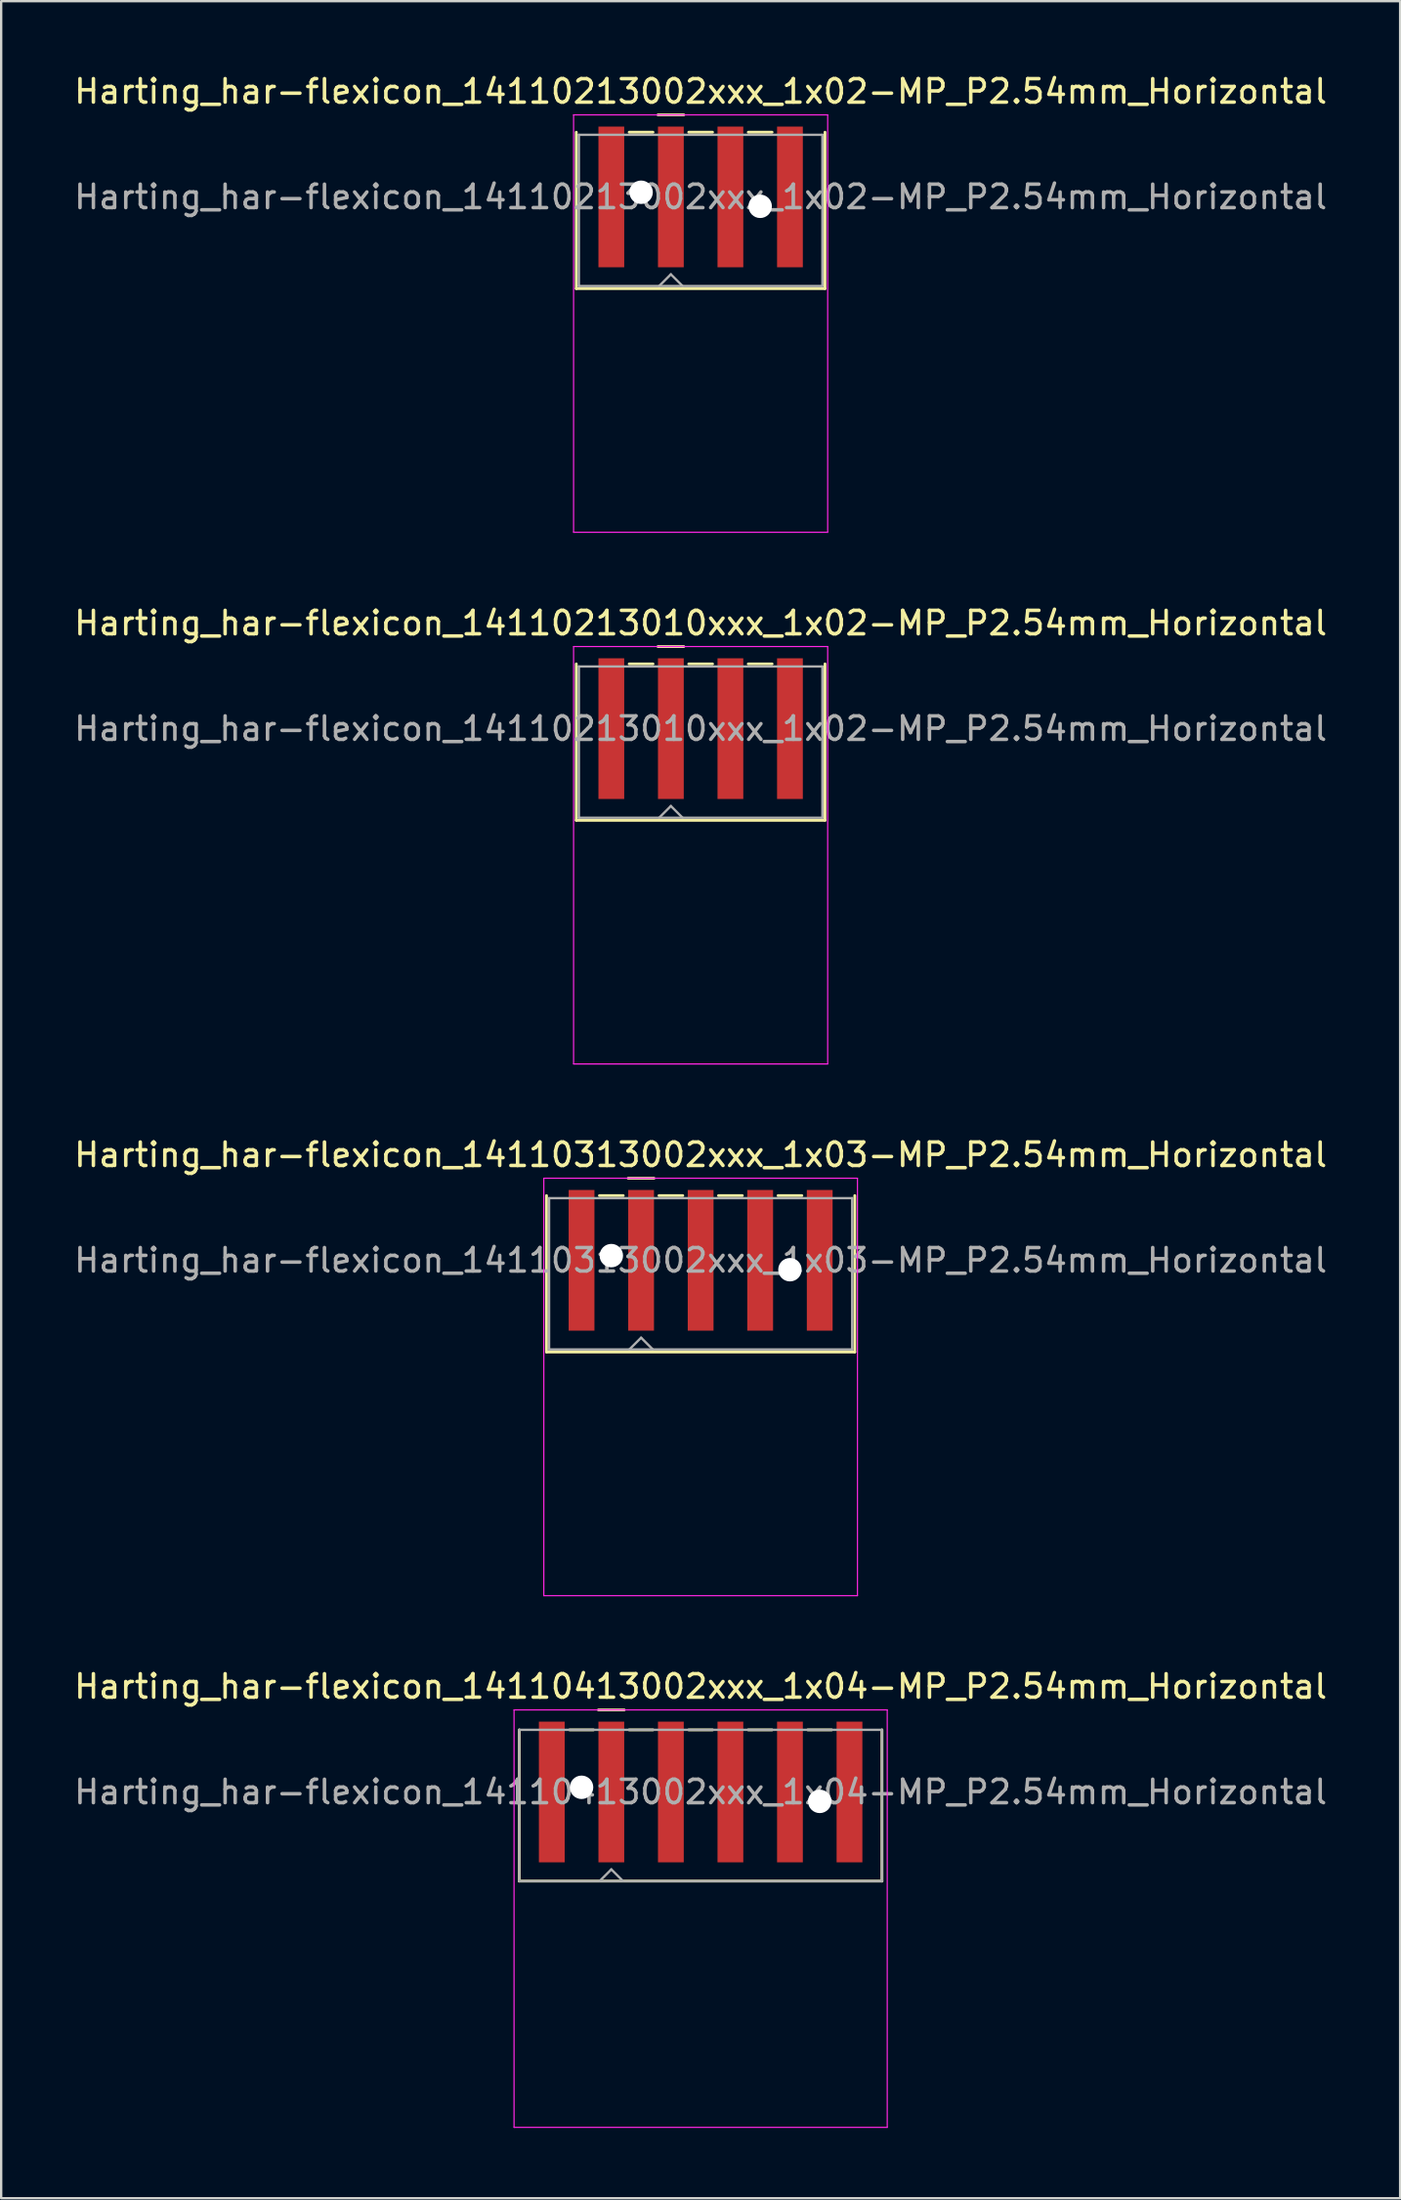
<source format=kicad_pcb>
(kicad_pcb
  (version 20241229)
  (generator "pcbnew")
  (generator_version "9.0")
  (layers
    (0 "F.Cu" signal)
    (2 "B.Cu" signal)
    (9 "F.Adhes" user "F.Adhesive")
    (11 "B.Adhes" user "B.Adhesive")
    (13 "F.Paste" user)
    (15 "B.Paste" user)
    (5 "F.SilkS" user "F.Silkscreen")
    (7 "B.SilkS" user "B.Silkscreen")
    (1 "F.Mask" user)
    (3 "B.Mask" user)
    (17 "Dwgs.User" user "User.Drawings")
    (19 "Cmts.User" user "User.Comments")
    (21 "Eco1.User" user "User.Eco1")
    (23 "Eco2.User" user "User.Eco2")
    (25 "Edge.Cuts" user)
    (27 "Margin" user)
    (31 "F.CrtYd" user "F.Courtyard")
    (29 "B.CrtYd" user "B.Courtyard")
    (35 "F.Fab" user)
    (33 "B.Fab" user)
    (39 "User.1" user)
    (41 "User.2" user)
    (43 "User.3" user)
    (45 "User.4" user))
  (footprint "Harting_har-flexicon_14110313002xxx_1x03-MP_P2.54mm_Horizontal"
    (layer "F.Cu")
    (at 26.839 51.995)
    (property "Reference" "Harting_har-flexicon_14110313002xxx_1x03-MP_P2.54mm_Horizontal" (at 0 -5.8 0) (layer "F.SilkS") (effects (font (size 1 1) (thickness 0.15))))
    (attr smd)
    (fp_line (start -6.575 -4.06) (end -6.575 2.61) (stroke (width 0.12) (type solid)) (layer "F.SilkS"))
    (fp_line (start -4.318 -4.06) (end -3.302 -4.06) (stroke (width 0.12) (type solid)) (layer "F.SilkS"))
    (fp_line (start -3.09 -4.8) (end -1.99 -4.8) (stroke (width 0.12) (type solid)) (layer "F.SilkS"))
    (fp_line (start -1.778 -4.06) (end -0.762 -4.06) (stroke (width 0.12) (type solid)) (layer "F.SilkS"))
    (fp_line (start 0.762 -4.06) (end 1.778 -4.06) (stroke (width 0.12) (type solid)) (layer "F.SilkS"))
    (fp_line (start 3.302 -4.06) (end 4.318 -4.06) (stroke (width 0.12) (type solid)) (layer "F.SilkS"))
    (fp_line (start 6.575 -4.06) (end 6.575 2.61) (stroke (width 0.12) (type solid)) (layer "F.SilkS"))
    (fp_line (start 6.575 2.61) (end -6.575 2.61) (stroke (width 0.12) (type solid)) (layer "F.SilkS"))
    (fp_line (start -6.69 -4.8) (end -6.69 13) (stroke (width 0.05) (type solid)) (layer "F.CrtYd"))
    (fp_line (start -6.69 13) (end 6.69 13) (stroke (width 0.05) (type solid)) (layer "F.CrtYd"))
    (fp_line (start 6.69 -4.8) (end -6.69 -4.8) (stroke (width 0.05) (type solid)) (layer "F.CrtYd"))
    (fp_line (start 6.69 13) (end 6.69 -4.8) (stroke (width 0.05) (type solid)) (layer "F.CrtYd"))
    (fp_line (start -6.465 -3.95) (end -6.465 2.5) (stroke (width 0.1) (type solid)) (layer "F.Fab"))
    (fp_line (start -6.465 2.5) (end 6.465 2.5) (stroke (width 0.1) (type solid)) (layer "F.Fab"))
    (fp_line (start -3.04 2.5) (end -2.54 2) (stroke (width 0.1) (type solid)) (layer "F.Fab"))
    (fp_line (start -2.54 2) (end -2.04 2.5) (stroke (width 0.1) (type solid)) (layer "F.Fab"))
    (fp_line (start 6.465 -3.95) (end -6.465 -3.95) (stroke (width 0.1) (type solid)) (layer "F.Fab"))
    (fp_line (start 6.465 2.5) (end 6.465 -3.95) (stroke (width 0.1) (type solid)) (layer "F.Fab"))
    (fp_text user "${REFERENCE}" (at 0 -1.3 0) (layer "F.Fab") (effects (font (size 1 1) (thickness 0.15))))
    (pad "" np_thru_hole circle (at -3.81 -1.5) (size 1 1) (drill 1) (layers "*.Cu" "*.Mask"))
    (pad "" np_thru_hole circle (at 3.81 -0.9) (size 1 1) (drill 1) (layers "*.Cu" "*.Mask"))
    (pad "1" smd rect (at -2.54 -1.3) (size 1.1 6) (layers "F.Cu" "F.Mask" "F.Paste"))
    (pad "2" smd rect (at 0 -1.3) (size 1.1 6) (layers "F.Cu" "F.Mask" "F.Paste"))
    (pad "3" smd rect (at 2.54 -1.3) (size 1.1 6) (layers "F.Cu" "F.Mask" "F.Paste"))
    (pad "MP" smd rect (at -5.08 -1.3) (size 1.1 6) (layers "F.Cu" "F.Mask" "F.Paste"))
    (pad "MP" smd rect (at 5.08 -1.3) (size 1.1 6) (layers "F.Cu" "F.Mask" "F.Paste")))
  (footprint "Harting_har-flexicon_14110213010xxx_1x02-MP_P2.54mm_Horizontal"
    (layer "F.Cu")
    (at 26.839 29.322)
    (property "Reference" "Harting_har-flexicon_14110213010xxx_1x02-MP_P2.54mm_Horizontal" (at 0 -5.8 0) (layer "F.SilkS") (effects (font (size 1 1) (thickness 0.15))))
    (attr smd)
    (fp_line (start -5.305 -4.06) (end -5.305 2.61) (stroke (width 0.12) (type solid)) (layer "F.SilkS"))
    (fp_line (start -3.048 -4.06) (end -2.032 -4.06) (stroke (width 0.12) (type solid)) (layer "F.SilkS"))
    (fp_line (start -1.82 -4.8) (end -0.72 -4.8) (stroke (width 0.12) (type solid)) (layer "F.SilkS"))
    (fp_line (start -0.508 -4.06) (end 0.508 -4.06) (stroke (width 0.12) (type solid)) (layer "F.SilkS"))
    (fp_line (start 2.032 -4.06) (end 3.048 -4.06) (stroke (width 0.12) (type solid)) (layer "F.SilkS"))
    (fp_line (start 5.305 -4.06) (end 5.305 2.61) (stroke (width 0.12) (type solid)) (layer "F.SilkS"))
    (fp_line (start 5.305 2.61) (end -5.305 2.61) (stroke (width 0.12) (type solid)) (layer "F.SilkS"))
    (fp_line (start -5.42 -4.8) (end -5.42 13) (stroke (width 0.05) (type solid)) (layer "F.CrtYd"))
    (fp_line (start -5.42 13) (end 5.42 13) (stroke (width 0.05) (type solid)) (layer "F.CrtYd"))
    (fp_line (start 5.42 -4.8) (end -5.42 -4.8) (stroke (width 0.05) (type solid)) (layer "F.CrtYd"))
    (fp_line (start 5.42 13) (end 5.42 -4.8) (stroke (width 0.05) (type solid)) (layer "F.CrtYd"))
    (fp_line (start -5.195 -3.95) (end -5.195 2.5) (stroke (width 0.1) (type solid)) (layer "F.Fab"))
    (fp_line (start -5.195 2.5) (end 5.195 2.5) (stroke (width 0.1) (type solid)) (layer "F.Fab"))
    (fp_line (start -1.77 2.5) (end -1.27 2) (stroke (width 0.1) (type solid)) (layer "F.Fab"))
    (fp_line (start -1.27 2) (end -0.77 2.5) (stroke (width 0.1) (type solid)) (layer "F.Fab"))
    (fp_line (start 5.195 -3.95) (end -5.195 -3.95) (stroke (width 0.1) (type solid)) (layer "F.Fab"))
    (fp_line (start 5.195 2.5) (end 5.195 -3.95) (stroke (width 0.1) (type solid)) (layer "F.Fab"))
    (fp_text user "${REFERENCE}" (at 0 -1.3 0) (layer "F.Fab") (effects (font (size 1 1) (thickness 0.15))))
    (pad "1" smd rect (at -1.27 -1.3) (size 1.1 6) (layers "F.Cu" "F.Mask" "F.Paste"))
    (pad "2" smd rect (at 1.27 -1.3) (size 1.1 6) (layers "F.Cu" "F.Mask" "F.Paste"))
    (pad "MP" smd rect (at -3.81 -1.3) (size 1.1 6) (layers "F.Cu" "F.Mask" "F.Paste"))
    (pad "MP" smd rect (at 3.81 -1.3) (size 1.1 6) (layers "F.Cu" "F.Mask" "F.Paste")))
  (footprint "Harting_har-flexicon_14110413002xxx_1x04-MP_P2.54mm_Horizontal"
    (layer "F.Cu")
    (at 26.839 74.668)
    (property "Reference" "Harting_har-flexicon_14110413002xxx_1x04-MP_P2.54mm_Horizontal" (at 0 -5.8 0) (layer "F.SilkS") (effects (font (size 1 1) (thickness 0.15))))
    (attr smd)
    (fp_line (start -7.735 -3.95) (end -7.735 2.5) (stroke (width 0.12) (type solid)) (layer "F.SilkS"))
    (fp_line (start -5.588 -3.95) (end -4.572 -3.95) (stroke (width 0.12) (type solid)) (layer "F.SilkS"))
    (fp_line (start -4.36 -4.8) (end -3.26 -4.8) (stroke (width 0.12) (type solid)) (layer "F.SilkS"))
    (fp_line (start -3.048 -3.95) (end -2.032 -3.95) (stroke (width 0.12) (type solid)) (layer "F.SilkS"))
    (fp_line (start -0.508 -3.95) (end 0.508 -3.95) (stroke (width 0.12) (type solid)) (layer "F.SilkS"))
    (fp_line (start 2.032 -3.95) (end 3.048 -3.95) (stroke (width 0.12) (type solid)) (layer "F.SilkS"))
    (fp_line (start 4.572 -3.95) (end 5.588 -3.95) (stroke (width 0.12) (type solid)) (layer "F.SilkS"))
    (fp_line (start 7.735 -3.95) (end 7.735 2.5) (stroke (width 0.12) (type solid)) (layer "F.SilkS"))
    (fp_line (start 7.735 2.5) (end -7.735 2.5) (stroke (width 0.12) (type solid)) (layer "F.SilkS"))
    (fp_line (start -7.96 -4.8) (end -7.96 13) (stroke (width 0.05) (type solid)) (layer "F.CrtYd"))
    (fp_line (start -7.96 13) (end 7.96 13) (stroke (width 0.05) (type solid)) (layer "F.CrtYd"))
    (fp_line (start 7.96 -4.8) (end -7.96 -4.8) (stroke (width 0.05) (type solid)) (layer "F.CrtYd"))
    (fp_line (start 7.96 13) (end 7.96 -4.8) (stroke (width 0.05) (type solid)) (layer "F.CrtYd"))
    (fp_line (start -7.735 -3.95) (end -7.735 2.5) (stroke (width 0.1) (type solid)) (layer "F.Fab"))
    (fp_line (start -7.735 2.5) (end 7.735 2.5) (stroke (width 0.1) (type solid)) (layer "F.Fab"))
    (fp_line (start -4.31 2.5) (end -3.81 2) (stroke (width 0.1) (type solid)) (layer "F.Fab"))
    (fp_line (start -3.81 2) (end -3.31 2.5) (stroke (width 0.1) (type solid)) (layer "F.Fab"))
    (fp_line (start 7.735 -3.95) (end -7.735 -3.95) (stroke (width 0.1) (type solid)) (layer "F.Fab"))
    (fp_line (start 7.735 2.5) (end 7.735 -3.95) (stroke (width 0.1) (type solid)) (layer "F.Fab"))
    (fp_text user "${REFERENCE}" (at 0 -1.3 0) (layer "F.Fab") (effects (font (size 1 1) (thickness 0.15))))
    (pad "" np_thru_hole circle (at -5.08 -1.5) (size 1 1) (drill 1) (layers "*.Cu" "*.Mask"))
    (pad "" np_thru_hole circle (at 5.08 -0.9) (size 1 1) (drill 1) (layers "*.Cu" "*.Mask"))
    (pad "1" smd rect (at -3.81 -1.3) (size 1.1 6) (layers "F.Cu" "F.Mask" "F.Paste"))
    (pad "2" smd rect (at -1.27 -1.3) (size 1.1 6) (layers "F.Cu" "F.Mask" "F.Paste"))
    (pad "3" smd rect (at 1.27 -1.3) (size 1.1 6) (layers "F.Cu" "F.Mask" "F.Paste"))
    (pad "4" smd rect (at 3.81 -1.3) (size 1.1 6) (layers "F.Cu" "F.Mask" "F.Paste"))
    (pad "MP" smd rect (at -6.35 -1.3) (size 1.1 6) (layers "F.Cu" "F.Mask" "F.Paste"))
    (pad "MP" smd rect (at 6.35 -1.3) (size 1.1 6) (layers "F.Cu" "F.Mask" "F.Paste")))
  (footprint "Harting_har-flexicon_14110213002xxx_1x02-MP_P2.54mm_Horizontal"
    (layer "F.Cu")
    (at 26.839 6.648)
    (property "Reference" "Harting_har-flexicon_14110213002xxx_1x02-MP_P2.54mm_Horizontal" (at 0 -5.8 0) (layer "F.SilkS") (effects (font (size 1 1) (thickness 0.15))))
    (attr smd)
    (fp_line (start -5.305 -4.06) (end -5.305 2.61) (stroke (width 0.12) (type solid)) (layer "F.SilkS"))
    (fp_line (start -3.048 -4.06) (end -2.032 -4.06) (stroke (width 0.12) (type solid)) (layer "F.SilkS"))
    (fp_line (start -1.82 -4.8) (end -0.72 -4.8) (stroke (width 0.12) (type solid)) (layer "F.SilkS"))
    (fp_line (start -0.508 -4.06) (end 0.508 -4.06) (stroke (width 0.12) (type solid)) (layer "F.SilkS"))
    (fp_line (start 2.032 -4.06) (end 3.048 -4.06) (stroke (width 0.12) (type solid)) (layer "F.SilkS"))
    (fp_line (start 5.305 -4.06) (end 5.305 2.61) (stroke (width 0.12) (type solid)) (layer "F.SilkS"))
    (fp_line (start 5.305 2.61) (end -5.305 2.61) (stroke (width 0.12) (type solid)) (layer "F.SilkS"))
    (fp_line (start -5.42 -4.8) (end -5.42 13) (stroke (width 0.05) (type solid)) (layer "F.CrtYd"))
    (fp_line (start -5.42 13) (end 5.42 13) (stroke (width 0.05) (type solid)) (layer "F.CrtYd"))
    (fp_line (start 5.42 -4.8) (end -5.42 -4.8) (stroke (width 0.05) (type solid)) (layer "F.CrtYd"))
    (fp_line (start 5.42 13) (end 5.42 -4.8) (stroke (width 0.05) (type solid)) (layer "F.CrtYd"))
    (fp_line (start -5.195 -3.95) (end -5.195 2.5) (stroke (width 0.1) (type solid)) (layer "F.Fab"))
    (fp_line (start -5.195 2.5) (end 5.195 2.5) (stroke (width 0.1) (type solid)) (layer "F.Fab"))
    (fp_line (start -1.77 2.5) (end -1.27 2) (stroke (width 0.1) (type solid)) (layer "F.Fab"))
    (fp_line (start -1.27 2) (end -0.77 2.5) (stroke (width 0.1) (type solid)) (layer "F.Fab"))
    (fp_line (start 5.195 -3.95) (end -5.195 -3.95) (stroke (width 0.1) (type solid)) (layer "F.Fab"))
    (fp_line (start 5.195 2.5) (end 5.195 -3.95) (stroke (width 0.1) (type solid)) (layer "F.Fab"))
    (fp_text user "${REFERENCE}" (at 0 -1.3 0) (layer "F.Fab") (effects (font (size 1 1) (thickness 0.15))))
    (pad "" np_thru_hole circle (at -2.54 -1.5) (size 1 1) (drill 1) (layers "*.Cu" "*.Mask"))
    (pad "" np_thru_hole circle (at 2.54 -0.9) (size 1 1) (drill 1) (layers "*.Cu" "*.Mask"))
    (pad "1" smd rect (at -1.27 -1.3) (size 1.1 6) (layers "F.Cu" "F.Mask" "F.Paste"))
    (pad "2" smd rect (at 1.27 -1.3) (size 1.1 6) (layers "F.Cu" "F.Mask" "F.Paste"))
    (pad "MP" smd rect (at -3.81 -1.3) (size 1.1 6) (layers "F.Cu" "F.Mask" "F.Paste"))
    (pad "MP" smd rect (at 3.81 -1.3) (size 1.1 6) (layers "F.Cu" "F.Mask" "F.Paste")))
  (gr_rect
    (start -3 -3)
    (end 56.679 90.693)
    (stroke (width 0.1) (type default))
    (fill no)
    (layer "Edge.Cuts")))
</source>
